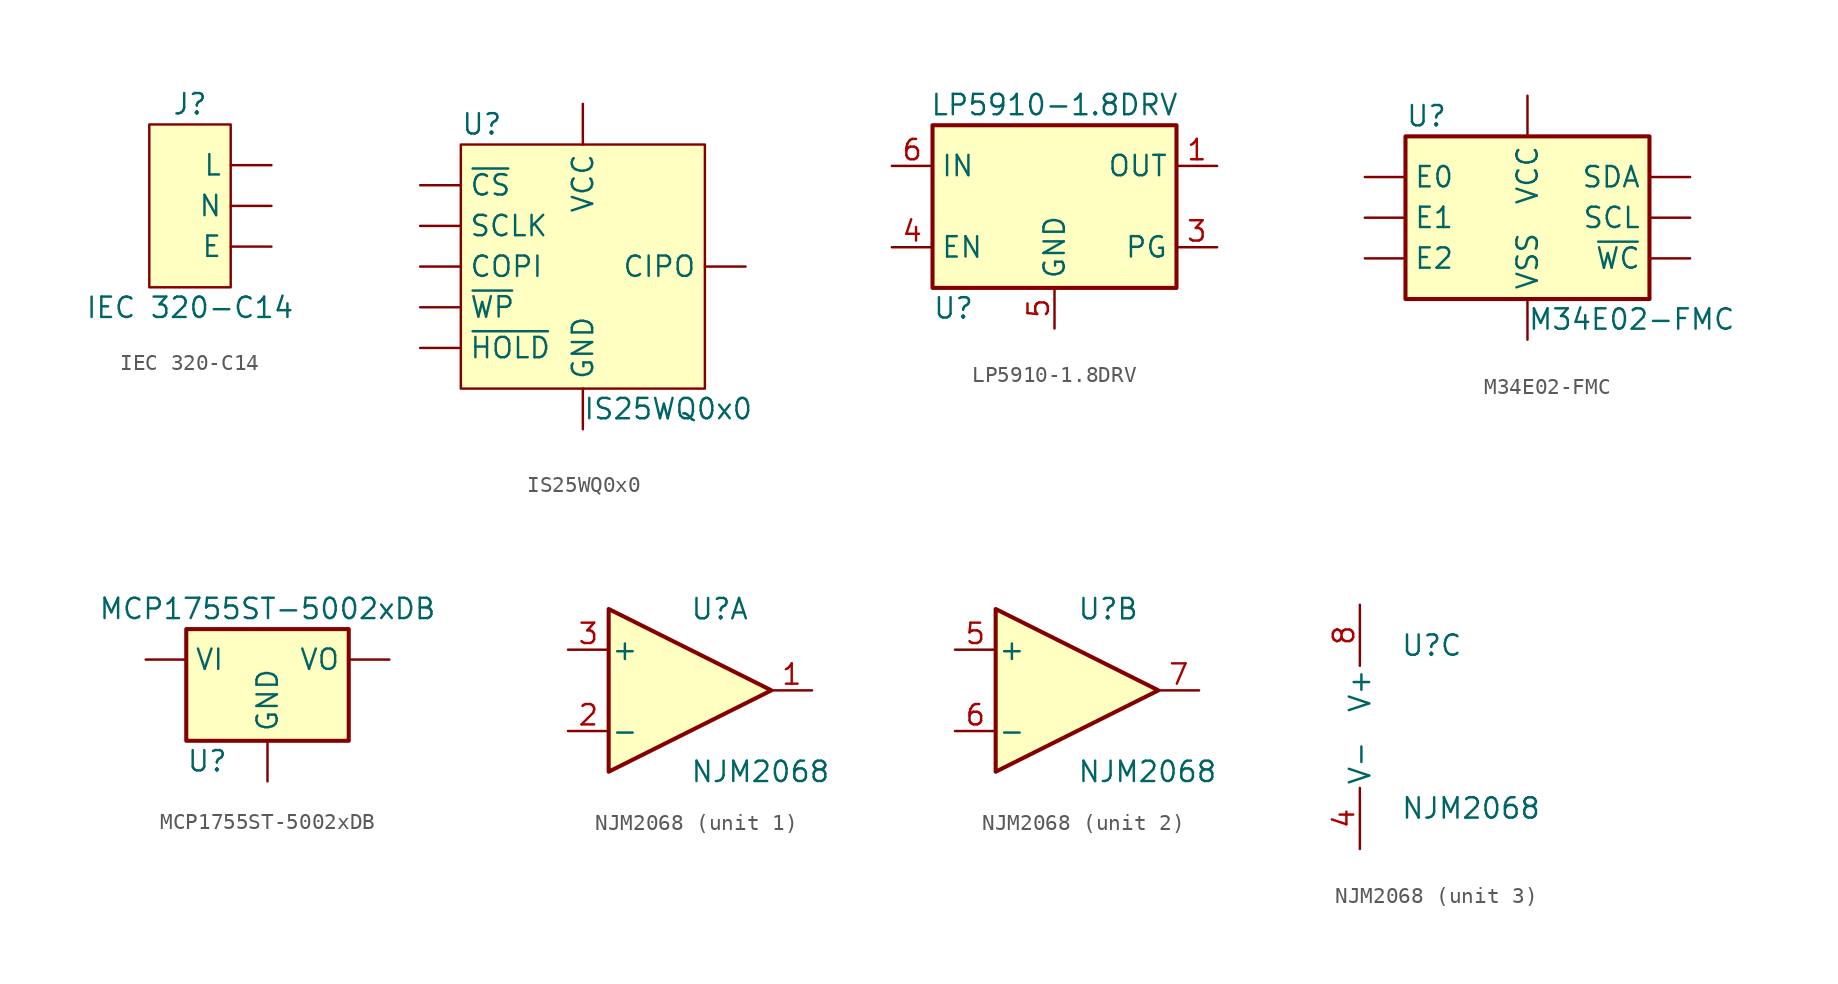
<source format=kicad_sym>
(kicad_symbol_lib
  (version 20211014)
  (generator kicad_symbol_editor)
  (symbol "IEC 320-C14"
    (pin_numbers hide)
    (property "Reference" "J"
      (at 0 6.35 0)
      (effects (font (size 1.27 1.27))))
    (property "Value" "IEC 320-C14"
      (at 0 -6.35 0)
      (effects (font (size 1.27 1.27))))
    (symbol "IEC 320-C14_0_1"
      (rectangle (start 2.54 5.08) (end -2.54 -5.08) (stroke (width 0.152) (type default) (color 0 0 0 0)) (fill (type background))))
    (symbol "IEC 320-C14_1_1"
      (pin power_out line (at 5.08 -2.54 180) (length 2.54) (name "E" (effects (font (size 1.27 1.27)))) (number "E" (effects (font (size 1.27 1.27)))))
      (pin power_out line (at 5.08 2.54 180) (length 2.54) (name "L" (effects (font (size 1.27 1.27)))) (number "L" (effects (font (size 1.27 1.27)))))
      (pin power_out line (at 5.08 0 180) (length 2.54) (name "N" (effects (font (size 1.27 1.27)))) (number "N" (effects (font (size 1.27 1.27)))))))
  (symbol "IS25WQ0x0"
    (pin_numbers hide)
    (property "Reference" "U"
      (at -7.62 8.89 0)
      (effects (font (size 1.27 1.27)) (justify left)))
    (property "Value" "IS25WQ0x0"
      (at 0 -8.89 0)
      (effects (font (size 1.27 1.27)) (justify left)))
    (symbol "IS25WQ0x0_0_1"
      (rectangle (start -7.62 7.62) (end 7.62 -7.62) (stroke (width 0.152) (type default) (color 0 0 0 0)) (fill (type background))))
    (symbol "IS25WQ0x0_1_1"
      (pin input line (at -10.16 5.08 0) (length 2.54) (name "~{CS}" (effects (font (size 1.27 1.27)))) (number "1" (effects (font (size 1.27 1.27)))))
      (pin output line (at 10.16 0 180) (length 2.54) (name "CIPO" (effects (font (size 1.27 1.27)))) (number "2" (effects (font (size 1.27 1.27)))))
      (pin input line (at -10.16 -2.54 0) (length 2.54) (name "~{WP}" (effects (font (size 1.27 1.27)))) (number "3" (effects (font (size 1.27 1.27)))))
      (pin power_in line (at 0 -10.16 90) (length 2.54) (name "GND" (effects (font (size 1.27 1.27)))) (number "4" (effects (font (size 1.27 1.27)))))
      (pin input line (at -10.16 0 0) (length 2.54) (name "COPI" (effects (font (size 1.27 1.27)))) (number "5" (effects (font (size 1.27 1.27)))))
      (pin input line (at -10.16 2.54 0) (length 2.54) (name "SCLK" (effects (font (size 1.27 1.27)))) (number "6" (effects (font (size 1.27 1.27)))))
      (pin input line (at -10.16 -5.08 0) (length 2.54) (name "~{HOLD}" (effects (font (size 1.27 1.27)))) (number "7" (effects (font (size 1.27 1.27)))))
      (pin power_in line (at 0 10.16 270) (length 2.54) (name "VCC" (effects (font (size 1.27 1.27)))) (number "8" (effects (font (size 1.27 1.27)))))))
  (symbol "LP5910-1.8DRV"
    (property "Reference" "U"
      (at -7.62 -6.35 0)
      (effects (font (size 1.27 1.27)) (justify left)))
    (property "Value" "LP5910-1.8DRV"
      (at 0 6.35 0)
      (effects (font (size 1.27 1.27))))
    (symbol "LP5910-1.8DRV_0_1"
      (rectangle (start -7.62 -5.08) (end 7.62 5.08) (stroke (width 0.254) (type default) (color 0 0 0 0)) (fill (type background)))
      (pin power_out line (at 10.16 2.54 180) (length 2.54) (name "OUT" (effects (font (size 1.27 1.27)))) (number "1" (effects (font (size 1.27 1.27)))))
      (pin passive line (at 0 -7.62 90) (length 2.54) hide (name "NC" (effects (font (size 1.27 1.27)))) (number "2" (effects (font (size 1.27 1.27)))))
      (pin input line (at -10.16 -2.54 0) (length 2.54) (name "EN" (effects (font (size 1.27 1.27)))) (number "4" (effects (font (size 1.27 1.27)))))
      (pin power_in line (at 0 -7.62 90) (length 2.54) (name "GND" (effects (font (size 1.27 1.27)))) (number "5" (effects (font (size 1.27 1.27)))))
      (pin power_in line (at -10.16 2.54 0) (length 2.54) (name "IN" (effects (font (size 1.27 1.27)))) (number "6" (effects (font (size 1.27 1.27))))))
    (symbol "LP5910-1.8DRV_1_1"
      (pin open_collector line (at 10.16 -2.54 180) (length 2.54) (name "PG" (effects (font (size 1.27 1.27)))) (number "3" (effects (font (size 1.27 1.27)))))
      (pin passive line (at 0 -7.62 90) (length 2.54) hide (name "EP" (effects (font (size 1.27 1.27)))) (number "7" (effects (font (size 1.27 1.27)))))))
  (symbol "M34E02-FMC"
    (pin_numbers hide)
    (property "Reference" "U"
      (at -7.62 6.35 0)
      (effects (font (size 1.27 1.27)) (justify left)))
    (property "Value" "M34E02-FMC"
      (at 0 -6.35 0)
      (effects (font (size 1.27 1.27)) (justify left)))
    (symbol "M34E02-FMC_0_1"
      (rectangle (start -7.62 5.08) (end 7.62 -5.08) (stroke (width 0.254) (type default) (color 0 0 0 0)) (fill (type background))))
    (symbol "M34E02-FMC_1_1"
      (pin input line (at -10.16 2.54 0) (length 2.54) (name "E0" (effects (font (size 1.27 1.27)))) (number "1" (effects (font (size 1.27 1.27)))))
      (pin input line (at -10.16 0 0) (length 2.54) (name "E1" (effects (font (size 1.27 1.27)))) (number "2" (effects (font (size 1.27 1.27)))))
      (pin input line (at -10.16 -2.54 0) (length 2.54) (name "E2" (effects (font (size 1.27 1.27)))) (number "3" (effects (font (size 1.27 1.27)))))
      (pin power_in line (at 0 -7.62 90) (length 2.54) (name "VSS" (effects (font (size 1.27 1.27)))) (number "4" (effects (font (size 1.27 1.27)))))
      (pin bidirectional line (at 10.16 2.54 180) (length 2.54) (name "SDA" (effects (font (size 1.27 1.27)))) (number "5" (effects (font (size 1.27 1.27)))))
      (pin input line (at 10.16 0 180) (length 2.54) (name "SCL" (effects (font (size 1.27 1.27)))) (number "6" (effects (font (size 1.27 1.27)))))
      (pin input line (at 10.16 -2.54 180) (length 2.54) (name "~{WC}" (effects (font (size 1.27 1.27)))) (number "7" (effects (font (size 1.27 1.27)))))
      (pin power_in line (at 0 7.62 270) (length 2.54) (name "VCC" (effects (font (size 1.27 1.27)))) (number "8" (effects (font (size 1.27 1.27)))))
      (pin passive line (at 0 -7.62 90) (length 2.54) hide (name "VSS" (effects (font (size 1.27 1.27)))) (number "9" (effects (font (size 1.27 1.27)))))))
  (symbol "MCP1755ST-5002xDB"
    (pin_numbers hide)
    (property "Reference" "U"
      (at -5.08 -6.35 0)
      (effects (font (size 1.27 1.27)) (justify left)))
    (property "Value" "MCP1755ST-5002xDB"
      (at 0 3.175 0)
      (effects (font (size 1.27 1.27))))
    (symbol "MCP1755ST-5002xDB_0_1"
      (rectangle (start -5.08 -5.08) (end 5.08 1.905) (stroke (width 0.254) (type default) (color 0 0 0 0)) (fill (type background))))
    (symbol "MCP1755ST-5002xDB_1_1"
      (pin power_in line (at -7.62 0 0) (length 2.54) (name "VI" (effects (font (size 1.27 1.27)))) (number "1" (effects (font (size 1.27 1.27)))))
      (pin power_in line (at 0 -7.62 90) (length 2.54) (name "GND" (effects (font (size 1.27 1.27)))) (number "2" (effects (font (size 1.27 1.27)))))
      (pin power_out line (at 7.62 0 180) (length 2.54) (name "VO" (effects (font (size 1.27 1.27)))) (number "3" (effects (font (size 1.27 1.27)))))))
  (symbol "NJM2068"
    (pin_names
      (offset 0.127))
    (property "Reference" "U"
      (at 0 5.08 0)
      (effects (font (size 1.27 1.27)) (justify left)))
    (property "Value" "NJM2068"
      (at 0 -5.08 0)
      (effects (font (size 1.27 1.27)) (justify left)))
    (property "ki_locked" ""
      (at 0 0 0)
      (effects (font (size 1.27 1.27))))
    (symbol "NJM2068_1_1"
      (polyline (pts (xy -5.08 5.08) (xy 5.08 0) (xy -5.08 -5.08) (xy -5.08 5.08)) (stroke (width 0.254) (type default) (color 0 0 0 0)) (fill (type background)))
      (pin output line (at 7.62 0 180) (length 2.54) (name "~" (effects (font (size 1.27 1.27)))) (number "1" (effects (font (size 1.27 1.27)))))
      (pin input line (at -7.62 -2.54 0) (length 2.54) (name "-" (effects (font (size 1.27 1.27)))) (number "2" (effects (font (size 1.27 1.27)))))
      (pin input line (at -7.62 2.54 0) (length 2.54) (name "+" (effects (font (size 1.27 1.27)))) (number "3" (effects (font (size 1.27 1.27))))))
    (symbol "NJM2068_2_1"
      (polyline (pts (xy -5.08 5.08) (xy 5.08 0) (xy -5.08 -5.08) (xy -5.08 5.08)) (stroke (width 0.254) (type default) (color 0 0 0 0)) (fill (type background)))
      (pin input line (at -7.62 2.54 0) (length 2.54) (name "+" (effects (font (size 1.27 1.27)))) (number "5" (effects (font (size 1.27 1.27)))))
      (pin input line (at -7.62 -2.54 0) (length 2.54) (name "-" (effects (font (size 1.27 1.27)))) (number "6" (effects (font (size 1.27 1.27)))))
      (pin output line (at 7.62 0 180) (length 2.54) (name "~" (effects (font (size 1.27 1.27)))) (number "7" (effects (font (size 1.27 1.27))))))
    (symbol "NJM2068_3_1"
      (pin power_in line (at -2.54 -7.62 90) (length 3.81) (name "V-" (effects (font (size 1.27 1.27)))) (number "4" (effects (font (size 1.27 1.27)))))
      (pin power_in line (at -2.54 7.62 270) (length 3.81) (name "V+" (effects (font (size 1.27 1.27)))) (number "8" (effects (font (size 1.27 1.27))))))))
</source>
